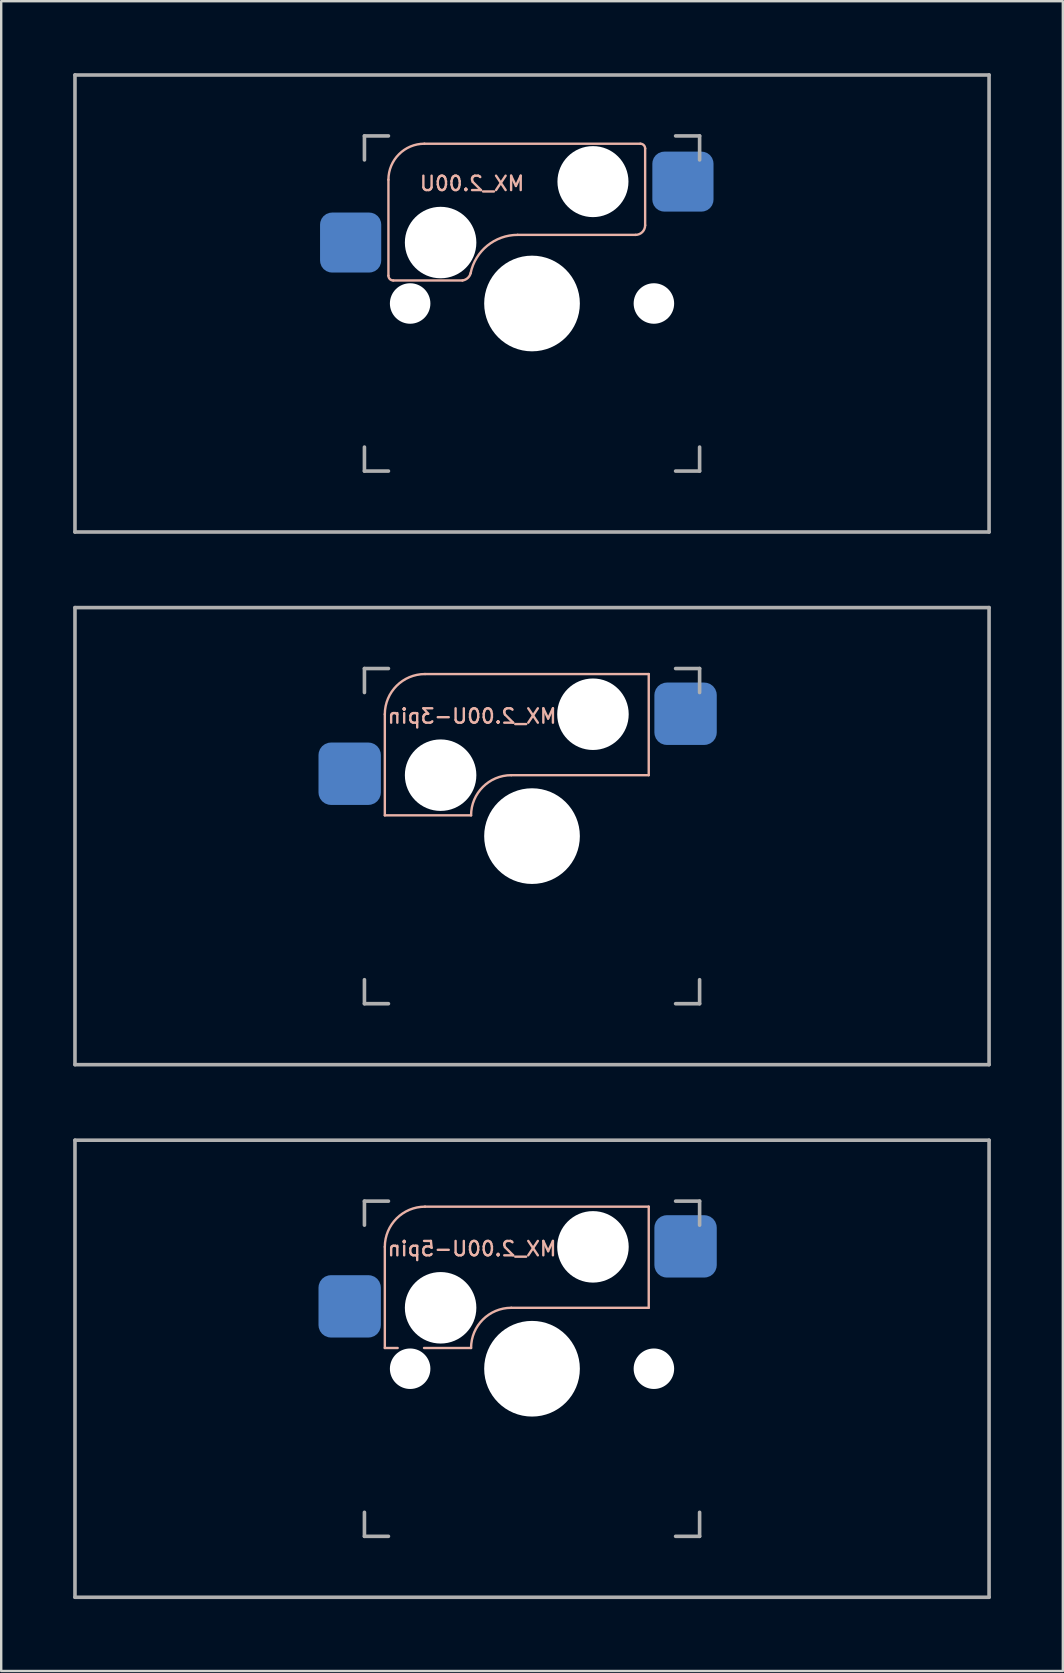
<source format=kicad_pcb>
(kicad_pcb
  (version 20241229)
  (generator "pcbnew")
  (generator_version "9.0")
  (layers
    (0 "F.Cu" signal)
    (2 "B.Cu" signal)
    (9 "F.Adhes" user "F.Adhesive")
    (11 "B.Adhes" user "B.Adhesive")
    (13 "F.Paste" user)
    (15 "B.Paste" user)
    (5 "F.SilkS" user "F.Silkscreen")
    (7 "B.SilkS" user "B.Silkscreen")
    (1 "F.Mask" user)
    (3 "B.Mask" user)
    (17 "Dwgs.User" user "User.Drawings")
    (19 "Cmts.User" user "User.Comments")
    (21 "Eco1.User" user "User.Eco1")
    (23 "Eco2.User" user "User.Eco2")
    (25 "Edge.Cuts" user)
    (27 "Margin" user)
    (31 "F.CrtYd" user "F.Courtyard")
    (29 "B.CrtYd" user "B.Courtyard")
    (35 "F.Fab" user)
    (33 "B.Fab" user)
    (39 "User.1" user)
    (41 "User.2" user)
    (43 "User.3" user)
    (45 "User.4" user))
  (footprint "MX_2.00U-5pin"
    (layer "F.Cu")
    (at 19.125 54)
    (property "Reference" "MX_2.00U-5pin" (at -2.5 -5 0) (layer "B.SilkS") (effects (font (size 0.6 0.6) (thickness 0.1)) (justify mirror)))
    (attr smd)
    (fp_line (start -6.135 -5.08) (end -6.135 -0.865) (stroke (width 0.1) (type solid)) (layer "B.SilkS"))
    (fp_line (start -6.135 -0.865) (end -5.6 -0.865) (stroke (width 0.1) (type solid)) (layer "B.SilkS"))
    (fp_line (start -4.5 -0.865) (end -2.54 -0.865) (stroke (width 0.1) (type solid)) (layer "B.SilkS"))
    (fp_line (start -4.46 -6.755) (end 4.865 -6.755) (stroke (width 0.1) (type solid)) (layer "B.SilkS"))
    (fp_line (start -0.865 -2.54) (end 4.865 -2.54) (stroke (width 0.1) (type solid)) (layer "B.SilkS"))
    (fp_line (start 4.865 -6.755) (end 4.865 -2.54) (stroke (width 0.1) (type solid)) (layer "B.SilkS"))
    (fp_arc (start -6.135 -5.08) (mid -5.644404 -6.264404) (end -4.46 -6.755) (stroke (width 0.1) (type solid)) (layer "B.SilkS"))
    (fp_arc (start -2.54 -0.865) (mid -2.049404 -2.049404) (end -0.865 -2.54) (stroke (width 0.1) (type solid)) (layer "B.SilkS"))
    (fp_line (start -6.985 6.985) (end -6.985 -6.985) (stroke (width 0.15) (type solid)) (layer "Eco2.User"))
    (fp_line (start -6.985 6.985) (end 6.985 6.985) (stroke (width 0.15) (type solid)) (layer "Eco2.User"))
    (fp_line (start 6.985 -6.985) (end -6.985 -6.985) (stroke (width 0.15) (type solid)) (layer "Eco2.User"))
    (fp_line (start 6.985 -6.985) (end 6.985 6.985) (stroke (width 0.15) (type solid)) (layer "Eco2.User"))
    (fp_line (start -19.05 -9.525) (end 19.05 -9.525) (stroke (width 0.15) (type solid)) (layer "F.Fab"))
    (fp_line (start -19.05 9.525) (end -19.05 -9.525) (stroke (width 0.15) (type solid)) (layer "F.Fab"))
    (fp_line (start -6.985 -5.985) (end -6.985 -6.985) (stroke (width 0.15) (type solid)) (layer "F.Fab"))
    (fp_line (start -6.985 6.985) (end -6.985 5.985) (stroke (width 0.15) (type solid)) (layer "F.Fab"))
    (fp_line (start -6.985 6.985) (end -5.985 6.985) (stroke (width 0.15) (type solid)) (layer "F.Fab"))
    (fp_line (start -5.985 -6.985) (end -6.985 -6.985) (stroke (width 0.15) (type solid)) (layer "F.Fab"))
    (fp_line (start 5.985 6.985) (end 6.985 6.985) (stroke (width 0.15) (type solid)) (layer "F.Fab"))
    (fp_line (start 6.985 -6.985) (end 5.985 -6.985) (stroke (width 0.15) (type solid)) (layer "F.Fab"))
    (fp_line (start 6.985 -6.985) (end 6.985 -5.985) (stroke (width 0.15) (type solid)) (layer "F.Fab"))
    (fp_line (start 6.985 5.985) (end 6.985 6.985) (stroke (width 0.15) (type solid)) (layer "F.Fab"))
    (fp_line (start 19.05 -9.525) (end 19.05 9.525) (stroke (width 0.15) (type solid)) (layer "F.Fab"))
    (fp_line (start 19.05 9.525) (end -19.05 9.525) (stroke (width 0.15) (type solid)) (layer "F.Fab"))
    (pad "" np_thru_hole circle (at -5.08 0) (size 1.688 1.688) (drill 1.688) (layers "*.Cu" "*.Mask"))
    (pad "" np_thru_hole circle (at -3.81 -2.54) (size 2.98 2.98) (drill 2.98) (layers "*.Cu" "*.Mask"))
    (pad "" np_thru_hole circle (at 0 0) (size 3.988 3.988) (drill 3.988) (layers "*.Cu" "*.Mask"))
    (pad "" np_thru_hole circle (at 2.54 -5.08) (size 2.98 2.98) (drill 2.98) (layers "*.Cu" "*.Mask"))
    (pad "" np_thru_hole circle (at 5.08 0) (size 1.688 1.688) (drill 1.688) (layers "*.Cu" "*.Mask"))
    (pad "1" smd roundrect (at 6.4 -5.1) (size 2.6 2.6) (layers "B.Cu" "B.Mask" "B.Paste") (roundrect_rratio 0.2))
    (pad "2" smd roundrect (at -7.6 -2.6) (size 2.6 2.6) (layers "B.Cu" "B.Mask" "B.Paste") (roundrect_rratio 0.2)))
  (footprint "MX_2.00U"
    (layer "F.Cu")
    (at 19.125 9.6)
    (property "Reference" "MX_2.00U" (at -2.5 -5 0) (layer "B.SilkS") (effects (font (size 0.6 0.6) (thickness 0.1)) (justify mirror)))
    (attr smd)
    (fp_line (start -5.985 -5.16) (end -5.985 -1.16) (stroke (width 0.1) (type solid)) (layer "B.SilkS"))
    (fp_line (start -5.785 -0.96) (end -2.9 -0.96) (stroke (width 0.1) (type solid)) (layer "B.SilkS"))
    (fp_line (start -4.485 -6.66) (end 4.515 -6.66) (stroke (width 0.1) (type solid)) (layer "B.SilkS"))
    (fp_line (start 4.315 -2.86) (end -0.6 -2.86) (stroke (width 0.1) (type solid)) (layer "B.SilkS"))
    (fp_line (start 4.715 -6.46) (end 4.715 -3.26) (stroke (width 0.1) (type solid)) (layer "B.SilkS"))
    (fp_arc (start -5.985 -5.16) (mid -5.54566 -6.22066) (end -4.485 -6.66) (stroke (width 0.1) (type solid)) (layer "B.SilkS"))
    (fp_arc (start -5.785 -0.96) (mid -5.926421 -1.018579) (end -5.985 -1.16) (stroke (width 0.1) (type solid)) (layer "B.SilkS"))
    (fp_arc (start -2.558575 -1.264949) (mid -1.862953 -2.41079) (end -0.6 -2.86) (stroke (width 0.1) (type solid)) (layer "B.SilkS"))
    (fp_arc (start -2.557532 -1.264687) (mid -2.681837 -1.059595) (end -2.9 -0.96) (stroke (width 0.1) (type solid)) (layer "B.SilkS"))
    (fp_arc (start 4.515 -6.66) (mid 4.656421 -6.601421) (end 4.715 -6.46) (stroke (width 0.1) (type solid)) (layer "B.SilkS"))
    (fp_arc (start 4.715 -3.26) (mid 4.597843 -2.977157) (end 4.315 -2.86) (stroke (width 0.1) (type solid)) (layer "B.SilkS"))
    (fp_line (start -6.985 6.985) (end -6.985 -6.985) (stroke (width 0.15) (type solid)) (layer "Eco2.User"))
    (fp_line (start -6.985 6.985) (end 6.985 6.985) (stroke (width 0.15) (type solid)) (layer "Eco2.User"))
    (fp_line (start 6.985 -6.985) (end -6.985 -6.985) (stroke (width 0.15) (type solid)) (layer "Eco2.User"))
    (fp_line (start 6.985 -6.985) (end 6.985 6.985) (stroke (width 0.15) (type solid)) (layer "Eco2.User"))
    (fp_line (start -19.05 -9.525) (end 19.05 -9.525) (stroke (width 0.15) (type solid)) (layer "F.Fab"))
    (fp_line (start -19.05 9.525) (end -19.05 -9.525) (stroke (width 0.15) (type solid)) (layer "F.Fab"))
    (fp_line (start -6.985 -5.985) (end -6.985 -6.985) (stroke (width 0.15) (type solid)) (layer "F.Fab"))
    (fp_line (start -6.985 6.985) (end -6.985 5.985) (stroke (width 0.15) (type solid)) (layer "F.Fab"))
    (fp_line (start -6.985 6.985) (end -5.985 6.985) (stroke (width 0.15) (type solid)) (layer "F.Fab"))
    (fp_line (start -5.985 -6.985) (end -6.985 -6.985) (stroke (width 0.15) (type solid)) (layer "F.Fab"))
    (fp_line (start 5.985 6.985) (end 6.985 6.985) (stroke (width 0.15) (type solid)) (layer "F.Fab"))
    (fp_line (start 6.985 -6.985) (end 5.985 -6.985) (stroke (width 0.15) (type solid)) (layer "F.Fab"))
    (fp_line (start 6.985 -6.985) (end 6.985 -5.985) (stroke (width 0.15) (type solid)) (layer "F.Fab"))
    (fp_line (start 6.985 5.985) (end 6.985 6.985) (stroke (width 0.15) (type solid)) (layer "F.Fab"))
    (fp_line (start 19.05 -9.525) (end 19.05 9.525) (stroke (width 0.15) (type solid)) (layer "F.Fab"))
    (fp_line (start 19.05 9.525) (end -19.05 9.525) (stroke (width 0.15) (type solid)) (layer "F.Fab"))
    (pad "" np_thru_hole circle (at -5.08 0) (size 1.688 1.688) (drill 1.688) (layers "*.Cu" "*.Mask"))
    (pad "" np_thru_hole circle (at -3.81 -2.54) (size 2.98 2.98) (drill 2.98) (layers "*.Cu" "*.Mask"))
    (pad "" np_thru_hole circle (at 0 0) (size 3.988 3.988) (drill 3.988) (layers "*.Cu" "*.Mask"))
    (pad "" np_thru_hole circle (at 2.54 -5.08) (size 2.96 2.96) (drill 2.96) (layers "*.Cu" "*.Mask"))
    (pad "" np_thru_hole circle (at 5.08 0) (size 1.688 1.688) (drill 1.688) (layers "*.Cu" "*.Mask"))
    (pad "1" smd roundrect (at 6.29 -5.08) (size 2.55 2.5) (layers "B.Cu" "B.Mask" "B.Paste") (roundrect_rratio 0.2))
    (pad "2" smd roundrect (at -7.56 -2.54) (size 2.55 2.5) (layers "B.Cu" "B.Mask" "B.Paste") (roundrect_rratio 0.2)))
  (footprint "MX_2.00U-3pin"
    (layer "F.Cu")
    (at 19.125 31.8)
    (property "Reference" "MX_2.00U-3pin" (at -2.5 -5 0) (layer "B.SilkS") (effects (font (size 0.6 0.6) (thickness 0.1)) (justify mirror)))
    (attr smd)
    (fp_line (start -6.135 -5.08) (end -6.135 -0.865) (stroke (width 0.1) (type solid)) (layer "B.SilkS"))
    (fp_line (start -6.135 -0.865) (end -2.54 -0.865) (stroke (width 0.1) (type solid)) (layer "B.SilkS"))
    (fp_line (start -4.46 -6.755) (end 4.865 -6.755) (stroke (width 0.1) (type solid)) (layer "B.SilkS"))
    (fp_line (start -0.865 -2.54) (end 4.865 -2.54) (stroke (width 0.1) (type solid)) (layer "B.SilkS"))
    (fp_line (start 4.865 -6.755) (end 4.865 -2.54) (stroke (width 0.1) (type solid)) (layer "B.SilkS"))
    (fp_arc (start -6.135 -5.08) (mid -5.644404 -6.264404) (end -4.46 -6.755) (stroke (width 0.1) (type solid)) (layer "B.SilkS"))
    (fp_arc (start -2.54 -0.865) (mid -2.049404 -2.049404) (end -0.865 -2.54) (stroke (width 0.1) (type solid)) (layer "B.SilkS"))
    (fp_line (start -6.985 6.985) (end -6.985 -6.985) (stroke (width 0.15) (type solid)) (layer "Eco2.User"))
    (fp_line (start -6.985 6.985) (end 6.985 6.985) (stroke (width 0.15) (type solid)) (layer "Eco2.User"))
    (fp_line (start 6.985 -6.985) (end -6.985 -6.985) (stroke (width 0.15) (type solid)) (layer "Eco2.User"))
    (fp_line (start 6.985 -6.985) (end 6.985 6.985) (stroke (width 0.15) (type solid)) (layer "Eco2.User"))
    (fp_line (start -19.05 -9.525) (end 19.05 -9.525) (stroke (width 0.15) (type solid)) (layer "F.Fab"))
    (fp_line (start -19.05 9.525) (end -19.05 -9.525) (stroke (width 0.15) (type solid)) (layer "F.Fab"))
    (fp_line (start -6.985 -5.985) (end -6.985 -6.985) (stroke (width 0.15) (type solid)) (layer "F.Fab"))
    (fp_line (start -6.985 6.985) (end -6.985 5.985) (stroke (width 0.15) (type solid)) (layer "F.Fab"))
    (fp_line (start -6.985 6.985) (end -5.985 6.985) (stroke (width 0.15) (type solid)) (layer "F.Fab"))
    (fp_line (start -5.985 -6.985) (end -6.985 -6.985) (stroke (width 0.15) (type solid)) (layer "F.Fab"))
    (fp_line (start 5.985 6.985) (end 6.985 6.985) (stroke (width 0.15) (type solid)) (layer "F.Fab"))
    (fp_line (start 6.985 -6.985) (end 5.985 -6.985) (stroke (width 0.15) (type solid)) (layer "F.Fab"))
    (fp_line (start 6.985 -6.985) (end 6.985 -5.985) (stroke (width 0.15) (type solid)) (layer "F.Fab"))
    (fp_line (start 6.985 5.985) (end 6.985 6.985) (stroke (width 0.15) (type solid)) (layer "F.Fab"))
    (fp_line (start 19.05 -9.525) (end 19.05 9.525) (stroke (width 0.15) (type solid)) (layer "F.Fab"))
    (fp_line (start 19.05 9.525) (end -19.05 9.525) (stroke (width 0.15) (type solid)) (layer "F.Fab"))
    (pad "" np_thru_hole circle (at -3.81 -2.54) (size 2.98 2.98) (drill 2.98) (layers "*.Cu" "*.Mask"))
    (pad "" np_thru_hole circle (at 0 0) (size 3.988 3.988) (drill 3.988) (layers "*.Cu" "*.Mask"))
    (pad "" np_thru_hole circle (at 2.54 -5.08) (size 2.98 2.98) (drill 2.98) (layers "*.Cu" "*.Mask"))
    (pad "1" smd roundrect (at 6.4 -5.1) (size 2.6 2.6) (layers "B.Cu" "B.Mask" "B.Paste") (roundrect_rratio 0.2))
    (pad "2" smd roundrect (at -7.6 -2.6) (size 2.6 2.6) (layers "B.Cu" "B.Mask" "B.Paste") (roundrect_rratio 0.2)))
  (gr_rect
    (start -3 -3)
    (end 41.25 66.6)
    (stroke (width 0.1) (type default))
    (fill no)
    (layer "Edge.Cuts")))
</source>
